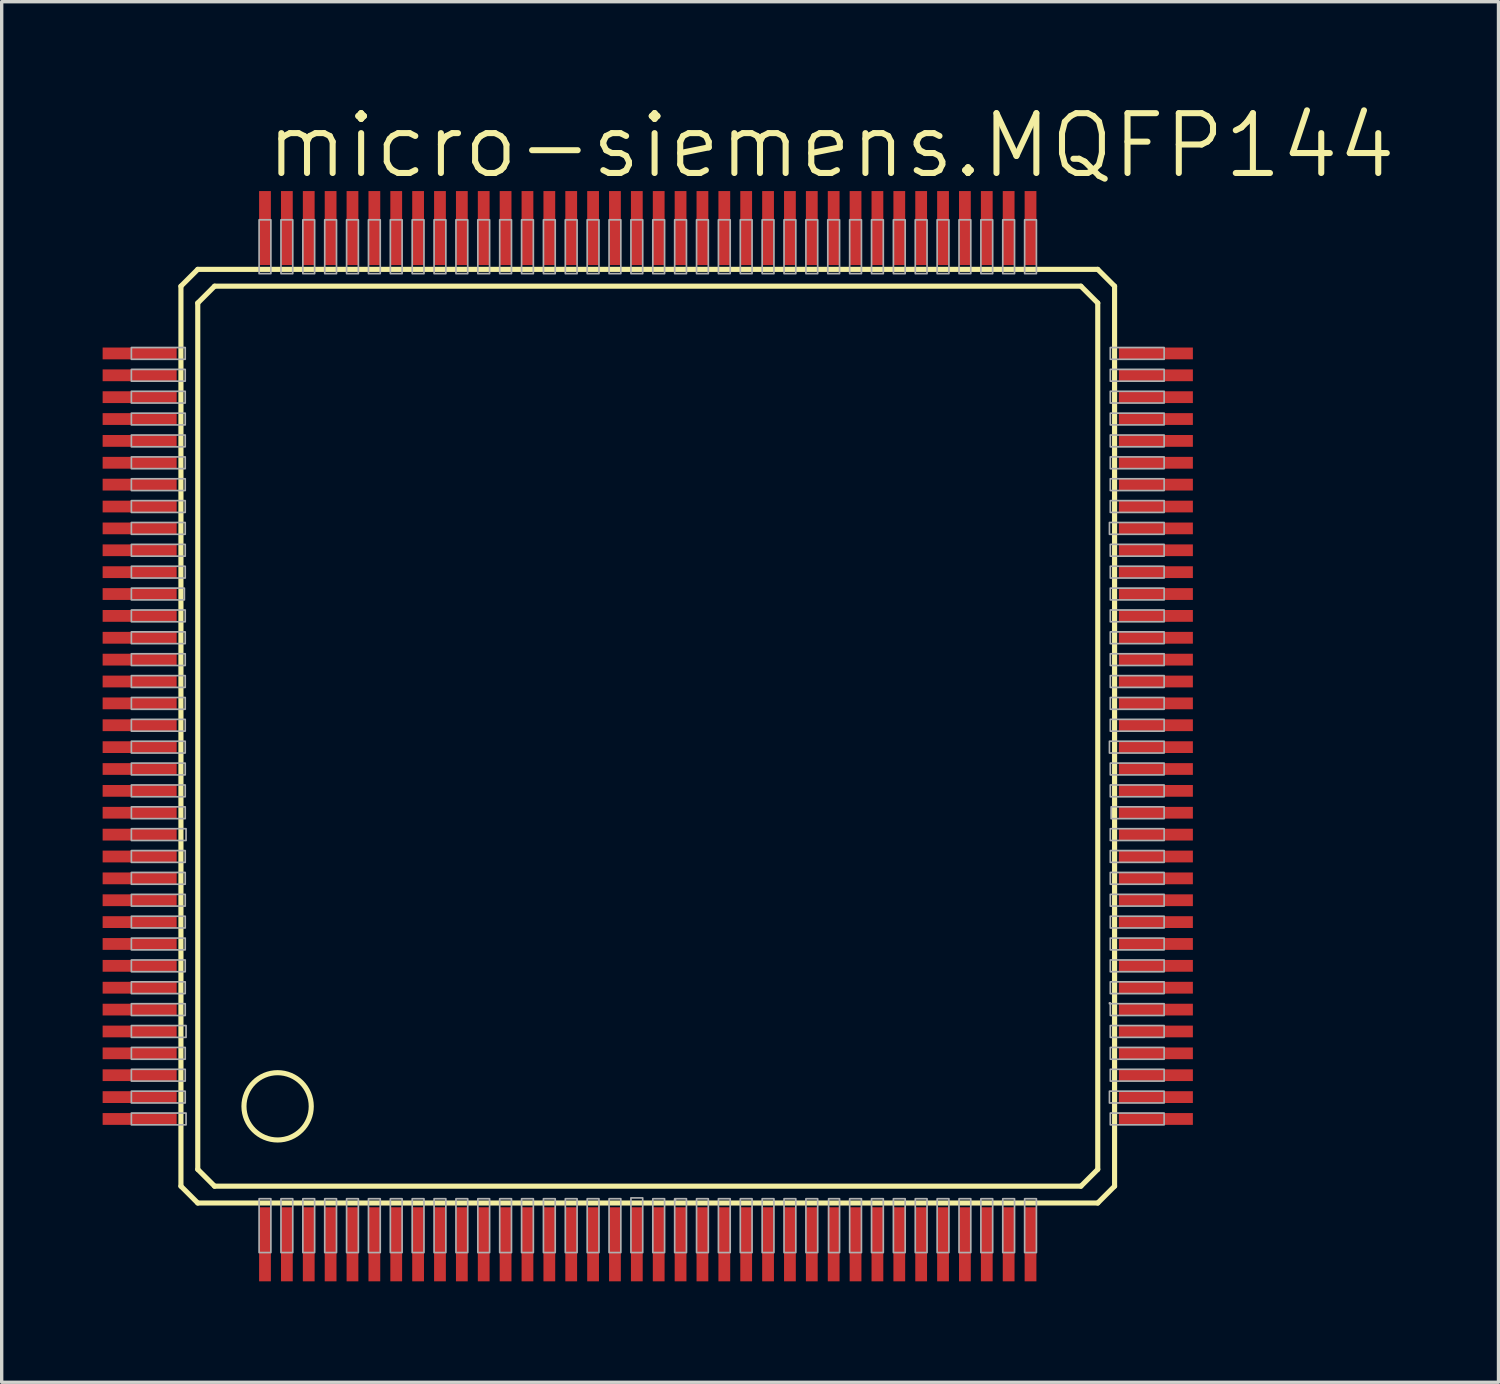
<source format=kicad_pcb>
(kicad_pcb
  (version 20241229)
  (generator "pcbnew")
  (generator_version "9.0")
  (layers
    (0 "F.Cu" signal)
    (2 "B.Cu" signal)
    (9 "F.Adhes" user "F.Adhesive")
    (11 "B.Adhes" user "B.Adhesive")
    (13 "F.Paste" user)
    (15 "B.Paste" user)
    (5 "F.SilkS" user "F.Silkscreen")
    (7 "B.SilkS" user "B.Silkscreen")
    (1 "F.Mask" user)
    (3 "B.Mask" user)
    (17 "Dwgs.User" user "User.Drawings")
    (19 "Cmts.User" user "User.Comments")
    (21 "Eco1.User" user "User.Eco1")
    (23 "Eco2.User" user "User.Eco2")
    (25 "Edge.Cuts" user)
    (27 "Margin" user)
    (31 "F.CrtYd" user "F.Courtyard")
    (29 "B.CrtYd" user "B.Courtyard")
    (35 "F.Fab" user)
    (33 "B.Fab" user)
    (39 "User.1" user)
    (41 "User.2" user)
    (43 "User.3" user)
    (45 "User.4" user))
  (footprint "micro-siemens.MQFP144"
    (layer "F.Cu")
    (at 16.2 18.828)
    (property "Reference" "micro-siemens.MQFP144" (at -11.43 -16.51 0) (layer "F.SilkS") (effects (font (size 1.778 1.778) (thickness 0.18)) (justify left bottom)))
    (attr smd)
    (fp_line (start -13.873 -13.373) (end -13.873 13.373) (stroke (width 0.152) (type default)) (layer "F.SilkS"))
    (fp_line (start -13.873 13.373) (end -13.373 13.873) (stroke (width 0.152) (type default)) (layer "F.SilkS"))
    (fp_line (start -13.373 -13.873) (end -13.873 -13.373) (stroke (width 0.152) (type default)) (layer "F.SilkS"))
    (fp_line (start -13.373 -12.873) (end -12.873 -13.373) (stroke (width 0.152) (type default)) (layer "F.SilkS"))
    (fp_line (start -13.373 12.873) (end -13.373 -12.873) (stroke (width 0.152) (type default)) (layer "F.SilkS"))
    (fp_line (start -13.373 13.873) (end 13.373 13.873) (stroke (width 0.152) (type default)) (layer "F.SilkS"))
    (fp_line (start -12.873 -13.373) (end 12.873 -13.373) (stroke (width 0.152) (type default)) (layer "F.SilkS"))
    (fp_line (start -12.873 13.373) (end -13.373 12.873) (stroke (width 0.152) (type default)) (layer "F.SilkS"))
    (fp_line (start 12.873 -13.373) (end 13.373 -12.873) (stroke (width 0.152) (type default)) (layer "F.SilkS"))
    (fp_line (start 12.873 13.373) (end -12.873 13.373) (stroke (width 0.152) (type default)) (layer "F.SilkS"))
    (fp_line (start 13.373 -13.873) (end -13.373 -13.873) (stroke (width 0.152) (type default)) (layer "F.SilkS"))
    (fp_line (start 13.373 -12.873) (end 13.373 12.873) (stroke (width 0.152) (type default)) (layer "F.SilkS"))
    (fp_line (start 13.373 12.873) (end 12.873 13.373) (stroke (width 0.152) (type default)) (layer "F.SilkS"))
    (fp_line (start 13.373 13.873) (end 13.873 13.373) (stroke (width 0.152) (type default)) (layer "F.SilkS"))
    (fp_line (start 13.873 -13.373) (end 13.373 -13.873) (stroke (width 0.152) (type default)) (layer "F.SilkS"))
    (fp_line (start 13.873 13.373) (end 13.873 -13.373) (stroke (width 0.152) (type default)) (layer "F.SilkS"))
    (fp_circle (center -11 11) (end -10 11) (stroke (width 0.152) (type default)) (fill no) (layer "F.SilkS"))
    (fp_rect (start -15.346 -11.2) (end -13.746 -11.55) (stroke (width 0.05) (type default)) (fill no) (layer "F.Fab"))
    (fp_rect (start -15.346 -10.55) (end -13.746 -10.9) (stroke (width 0.05) (type default)) (fill no) (layer "F.Fab"))
    (fp_rect (start -15.346 -9.9) (end -13.746 -10.25) (stroke (width 0.05) (type default)) (fill no) (layer "F.Fab"))
    (fp_rect (start -15.346 -9.25) (end -13.746 -9.6) (stroke (width 0.05) (type default)) (fill no) (layer "F.Fab"))
    (fp_rect (start -15.346 -8.6) (end -13.746 -8.95) (stroke (width 0.05) (type default)) (fill no) (layer "F.Fab"))
    (fp_rect (start -15.346 -7.95) (end -13.746 -8.3) (stroke (width 0.05) (type default)) (fill no) (layer "F.Fab"))
    (fp_rect (start -15.346 -7.3) (end -13.746 -7.65) (stroke (width 0.05) (type default)) (fill no) (layer "F.Fab"))
    (fp_rect (start -15.346 -6.65) (end -13.746 -7) (stroke (width 0.05) (type default)) (fill no) (layer "F.Fab"))
    (fp_rect (start -15.346 -6) (end -13.746 -6.35) (stroke (width 0.05) (type default)) (fill no) (layer "F.Fab"))
    (fp_rect (start -15.346 -5.35) (end -13.746 -5.7) (stroke (width 0.05) (type default)) (fill no) (layer "F.Fab"))
    (fp_rect (start -15.346 -4.7) (end -13.746 -5.05) (stroke (width 0.05) (type default)) (fill no) (layer "F.Fab"))
    (fp_rect (start -15.346 -4.05) (end -13.771 -4.4) (stroke (width 0.05) (type default)) (fill no) (layer "F.Fab"))
    (fp_rect (start -15.346 -3.4) (end -13.746 -3.75) (stroke (width 0.05) (type default)) (fill no) (layer "F.Fab"))
    (fp_rect (start -15.346 -2.75) (end -13.746 -3.1) (stroke (width 0.05) (type default)) (fill no) (layer "F.Fab"))
    (fp_rect (start -15.346 -2.1) (end -13.746 -2.45) (stroke (width 0.05) (type default)) (fill no) (layer "F.Fab"))
    (fp_rect (start -15.346 -1.45) (end -13.746 -1.8) (stroke (width 0.05) (type default)) (fill no) (layer "F.Fab"))
    (fp_rect (start -15.346 -0.8) (end -13.746 -1.15) (stroke (width 0.05) (type default)) (fill no) (layer "F.Fab"))
    (fp_rect (start -15.346 -0.15) (end -13.746 -0.5) (stroke (width 0.05) (type default)) (fill no) (layer "F.Fab"))
    (fp_rect (start -15.346 0.5) (end -13.746 0.15) (stroke (width 0.05) (type default)) (fill no) (layer "F.Fab"))
    (fp_rect (start -15.346 1.15) (end -13.746 0.8) (stroke (width 0.05) (type default)) (fill no) (layer "F.Fab"))
    (fp_rect (start -15.346 1.8) (end -13.746 1.45) (stroke (width 0.05) (type default)) (fill no) (layer "F.Fab"))
    (fp_rect (start -15.346 2.45) (end -13.746 2.1) (stroke (width 0.05) (type default)) (fill no) (layer "F.Fab"))
    (fp_rect (start -15.346 3.1) (end -13.721 2.75) (stroke (width 0.05) (type default)) (fill no) (layer "F.Fab"))
    (fp_rect (start -15.346 3.75) (end -13.746 3.4) (stroke (width 0.05) (type default)) (fill no) (layer "F.Fab"))
    (fp_rect (start -15.346 4.4) (end -13.746 4.05) (stroke (width 0.05) (type default)) (fill no) (layer "F.Fab"))
    (fp_rect (start -15.346 5.05) (end -13.746 4.7) (stroke (width 0.05) (type default)) (fill no) (layer "F.Fab"))
    (fp_rect (start -15.346 5.7) (end -13.746 5.35) (stroke (width 0.05) (type default)) (fill no) (layer "F.Fab"))
    (fp_rect (start -15.346 6.35) (end -13.746 6) (stroke (width 0.05) (type default)) (fill no) (layer "F.Fab"))
    (fp_rect (start -15.346 7) (end -13.746 6.65) (stroke (width 0.05) (type default)) (fill no) (layer "F.Fab"))
    (fp_rect (start -15.346 7.65) (end -13.746 7.3) (stroke (width 0.05) (type default)) (fill no) (layer "F.Fab"))
    (fp_rect (start -15.346 8.3) (end -13.746 7.95) (stroke (width 0.05) (type default)) (fill no) (layer "F.Fab"))
    (fp_rect (start -15.346 8.95) (end -13.721 8.6) (stroke (width 0.05) (type default)) (fill no) (layer "F.Fab"))
    (fp_rect (start -15.346 9.6) (end -13.746 9.25) (stroke (width 0.05) (type default)) (fill no) (layer "F.Fab"))
    (fp_rect (start -15.346 10.25) (end -13.746 9.9) (stroke (width 0.05) (type default)) (fill no) (layer "F.Fab"))
    (fp_rect (start -15.346 10.9) (end -13.746 10.55) (stroke (width 0.05) (type default)) (fill no) (layer "F.Fab"))
    (fp_rect (start -15.346 11.55) (end -13.721 11.2) (stroke (width 0.05) (type default)) (fill no) (layer "F.Fab"))
    (fp_rect (start -11.55 -13.746) (end -11.2 -15.346) (stroke (width 0.05) (type default)) (fill no) (layer "F.Fab"))
    (fp_rect (start -11.55 15.346) (end -11.2 13.746) (stroke (width 0.05) (type default)) (fill no) (layer "F.Fab"))
    (fp_rect (start -10.9 -13.746) (end -10.55 -15.346) (stroke (width 0.05) (type default)) (fill no) (layer "F.Fab"))
    (fp_rect (start -10.9 15.346) (end -10.55 13.746) (stroke (width 0.05) (type default)) (fill no) (layer "F.Fab"))
    (fp_rect (start -10.25 -13.746) (end -9.9 -15.346) (stroke (width 0.05) (type default)) (fill no) (layer "F.Fab"))
    (fp_rect (start -10.25 15.346) (end -9.9 13.746) (stroke (width 0.05) (type default)) (fill no) (layer "F.Fab"))
    (fp_rect (start -9.6 -13.746) (end -9.25 -15.346) (stroke (width 0.05) (type default)) (fill no) (layer "F.Fab"))
    (fp_rect (start -9.6 15.346) (end -9.25 13.746) (stroke (width 0.05) (type default)) (fill no) (layer "F.Fab"))
    (fp_rect (start -8.95 -13.746) (end -8.6 -15.346) (stroke (width 0.05) (type default)) (fill no) (layer "F.Fab"))
    (fp_rect (start -8.95 15.346) (end -8.6 13.746) (stroke (width 0.05) (type default)) (fill no) (layer "F.Fab"))
    (fp_rect (start -8.3 -13.746) (end -7.95 -15.346) (stroke (width 0.05) (type default)) (fill no) (layer "F.Fab"))
    (fp_rect (start -8.3 15.346) (end -7.95 13.746) (stroke (width 0.05) (type default)) (fill no) (layer "F.Fab"))
    (fp_rect (start -7.65 -13.746) (end -7.3 -15.346) (stroke (width 0.05) (type default)) (fill no) (layer "F.Fab"))
    (fp_rect (start -7.65 15.346) (end -7.3 13.746) (stroke (width 0.05) (type default)) (fill no) (layer "F.Fab"))
    (fp_rect (start -7 -13.746) (end -6.65 -15.346) (stroke (width 0.05) (type default)) (fill no) (layer "F.Fab"))
    (fp_rect (start -7 15.346) (end -6.65 13.746) (stroke (width 0.05) (type default)) (fill no) (layer "F.Fab"))
    (fp_rect (start -6.35 -13.746) (end -6 -15.346) (stroke (width 0.05) (type default)) (fill no) (layer "F.Fab"))
    (fp_rect (start -6.35 15.346) (end -6 13.746) (stroke (width 0.05) (type default)) (fill no) (layer "F.Fab"))
    (fp_rect (start -5.7 -13.746) (end -5.35 -15.346) (stroke (width 0.05) (type default)) (fill no) (layer "F.Fab"))
    (fp_rect (start -5.7 15.346) (end -5.35 13.746) (stroke (width 0.05) (type default)) (fill no) (layer "F.Fab"))
    (fp_rect (start -5.05 -13.746) (end -4.7 -15.346) (stroke (width 0.05) (type default)) (fill no) (layer "F.Fab"))
    (fp_rect (start -5.05 15.346) (end -4.7 13.746) (stroke (width 0.05) (type default)) (fill no) (layer "F.Fab"))
    (fp_rect (start -4.4 -13.746) (end -4.05 -15.346) (stroke (width 0.05) (type default)) (fill no) (layer "F.Fab"))
    (fp_rect (start -4.4 15.346) (end -4.05 13.746) (stroke (width 0.05) (type default)) (fill no) (layer "F.Fab"))
    (fp_rect (start -3.75 -13.746) (end -3.4 -15.346) (stroke (width 0.05) (type default)) (fill no) (layer "F.Fab"))
    (fp_rect (start -3.75 15.346) (end -3.4 13.746) (stroke (width 0.05) (type default)) (fill no) (layer "F.Fab"))
    (fp_rect (start -3.1 -13.746) (end -2.75 -15.346) (stroke (width 0.05) (type default)) (fill no) (layer "F.Fab"))
    (fp_rect (start -3.1 15.346) (end -2.75 13.746) (stroke (width 0.05) (type default)) (fill no) (layer "F.Fab"))
    (fp_rect (start -2.45 -13.746) (end -2.1 -15.346) (stroke (width 0.05) (type default)) (fill no) (layer "F.Fab"))
    (fp_rect (start -2.45 15.346) (end -2.1 13.746) (stroke (width 0.05) (type default)) (fill no) (layer "F.Fab"))
    (fp_rect (start -1.8 -13.746) (end -1.45 -15.346) (stroke (width 0.05) (type default)) (fill no) (layer "F.Fab"))
    (fp_rect (start -1.8 15.346) (end -1.45 13.746) (stroke (width 0.05) (type default)) (fill no) (layer "F.Fab"))
    (fp_rect (start -1.15 -13.746) (end -0.8 -15.346) (stroke (width 0.05) (type default)) (fill no) (layer "F.Fab"))
    (fp_rect (start -1.15 15.346) (end -0.8 13.746) (stroke (width 0.05) (type default)) (fill no) (layer "F.Fab"))
    (fp_rect (start -0.5 -13.746) (end -0.15 -15.346) (stroke (width 0.05) (type default)) (fill no) (layer "F.Fab"))
    (fp_rect (start -0.5 15.346) (end -0.15 13.721) (stroke (width 0.05) (type default)) (fill no) (layer "F.Fab"))
    (fp_rect (start 0.15 -13.746) (end 0.5 -15.346) (stroke (width 0.05) (type default)) (fill no) (layer "F.Fab"))
    (fp_rect (start 0.15 15.346) (end 0.5 13.746) (stroke (width 0.05) (type default)) (fill no) (layer "F.Fab"))
    (fp_rect (start 0.8 -13.746) (end 1.15 -15.346) (stroke (width 0.05) (type default)) (fill no) (layer "F.Fab"))
    (fp_rect (start 0.8 13.796) (end 0.825 13.771) (stroke (width 0.05) (type default)) (fill no) (layer "F.Fab"))
    (fp_rect (start 0.8 15.346) (end 1.15 13.746) (stroke (width 0.05) (type default)) (fill no) (layer "F.Fab"))
    (fp_rect (start 1.45 -13.746) (end 1.8 -15.346) (stroke (width 0.05) (type default)) (fill no) (layer "F.Fab"))
    (fp_rect (start 1.45 15.346) (end 1.8 13.746) (stroke (width 0.05) (type default)) (fill no) (layer "F.Fab"))
    (fp_rect (start 2.1 -13.746) (end 2.45 -15.346) (stroke (width 0.05) (type default)) (fill no) (layer "F.Fab"))
    (fp_rect (start 2.1 15.346) (end 2.45 13.746) (stroke (width 0.05) (type default)) (fill no) (layer "F.Fab"))
    (fp_rect (start 2.75 -13.746) (end 3.1 -15.346) (stroke (width 0.05) (type default)) (fill no) (layer "F.Fab"))
    (fp_rect (start 2.75 15.346) (end 3.1 13.746) (stroke (width 0.05) (type default)) (fill no) (layer "F.Fab"))
    (fp_rect (start 3.4 -13.746) (end 3.75 -15.346) (stroke (width 0.05) (type default)) (fill no) (layer "F.Fab"))
    (fp_rect (start 3.4 15.346) (end 3.75 13.746) (stroke (width 0.05) (type default)) (fill no) (layer "F.Fab"))
    (fp_rect (start 4.05 -13.746) (end 4.4 -15.346) (stroke (width 0.05) (type default)) (fill no) (layer "F.Fab"))
    (fp_rect (start 4.05 15.346) (end 4.4 13.746) (stroke (width 0.05) (type default)) (fill no) (layer "F.Fab"))
    (fp_rect (start 4.7 -13.746) (end 5.05 -15.346) (stroke (width 0.05) (type default)) (fill no) (layer "F.Fab"))
    (fp_rect (start 4.7 15.346) (end 5.05 13.746) (stroke (width 0.05) (type default)) (fill no) (layer "F.Fab"))
    (fp_rect (start 5.35 -13.746) (end 5.7 -15.346) (stroke (width 0.05) (type default)) (fill no) (layer "F.Fab"))
    (fp_rect (start 5.375 15.346) (end 5.7 13.746) (stroke (width 0.05) (type default)) (fill no) (layer "F.Fab"))
    (fp_rect (start 6 -13.746) (end 6.35 -15.346) (stroke (width 0.05) (type default)) (fill no) (layer "F.Fab"))
    (fp_rect (start 6 15.346) (end 6.35 13.746) (stroke (width 0.05) (type default)) (fill no) (layer "F.Fab"))
    (fp_rect (start 6.65 -13.746) (end 7 -15.346) (stroke (width 0.05) (type default)) (fill no) (layer "F.Fab"))
    (fp_rect (start 6.65 15.346) (end 7 13.746) (stroke (width 0.05) (type default)) (fill no) (layer "F.Fab"))
    (fp_rect (start 7.3 -13.746) (end 7.65 -15.346) (stroke (width 0.05) (type default)) (fill no) (layer "F.Fab"))
    (fp_rect (start 7.3 15.346) (end 7.65 13.746) (stroke (width 0.05) (type default)) (fill no) (layer "F.Fab"))
    (fp_rect (start 7.95 -13.746) (end 8.3 -15.346) (stroke (width 0.05) (type default)) (fill no) (layer "F.Fab"))
    (fp_rect (start 7.95 15.346) (end 8.3 13.746) (stroke (width 0.05) (type default)) (fill no) (layer "F.Fab"))
    (fp_rect (start 8.6 -13.746) (end 8.95 -15.346) (stroke (width 0.05) (type default)) (fill no) (layer "F.Fab"))
    (fp_rect (start 8.6 15.346) (end 8.95 13.746) (stroke (width 0.05) (type default)) (fill no) (layer "F.Fab"))
    (fp_rect (start 9.25 -13.746) (end 9.6 -15.346) (stroke (width 0.05) (type default)) (fill no) (layer "F.Fab"))
    (fp_rect (start 9.25 15.346) (end 9.6 13.746) (stroke (width 0.05) (type default)) (fill no) (layer "F.Fab"))
    (fp_rect (start 9.9 -13.746) (end 10.25 -15.346) (stroke (width 0.05) (type default)) (fill no) (layer "F.Fab"))
    (fp_rect (start 9.9 15.346) (end 10.25 13.746) (stroke (width 0.05) (type default)) (fill no) (layer "F.Fab"))
    (fp_rect (start 10.55 -13.746) (end 10.9 -15.346) (stroke (width 0.05) (type default)) (fill no) (layer "F.Fab"))
    (fp_rect (start 10.55 15.346) (end 10.9 13.746) (stroke (width 0.05) (type default)) (fill no) (layer "F.Fab"))
    (fp_rect (start 11.2 -13.746) (end 11.55 -15.346) (stroke (width 0.05) (type default)) (fill no) (layer "F.Fab"))
    (fp_rect (start 11.2 15.346) (end 11.55 13.746) (stroke (width 0.05) (type default)) (fill no) (layer "F.Fab"))
    (fp_rect (start 13.721 -6) (end 15.346 -6.35) (stroke (width 0.05) (type default)) (fill no) (layer "F.Fab"))
    (fp_rect (start 13.721 0.5) (end 15.346 0.15) (stroke (width 0.05) (type default)) (fill no) (layer "F.Fab"))
    (fp_rect (start 13.721 7.95) (end 13.746 7.925) (stroke (width 0.05) (type default)) (fill no) (layer "F.Fab"))
    (fp_rect (start 13.721 10.9) (end 15.346 10.55) (stroke (width 0.05) (type default)) (fill no) (layer "F.Fab"))
    (fp_rect (start 13.746 -11.2) (end 15.346 -11.55) (stroke (width 0.05) (type default)) (fill no) (layer "F.Fab"))
    (fp_rect (start 13.746 -10.55) (end 15.346 -10.9) (stroke (width 0.05) (type default)) (fill no) (layer "F.Fab"))
    (fp_rect (start 13.746 -9.9) (end 15.346 -10.25) (stroke (width 0.05) (type default)) (fill no) (layer "F.Fab"))
    (fp_rect (start 13.746 -9.25) (end 15.346 -9.6) (stroke (width 0.05) (type default)) (fill no) (layer "F.Fab"))
    (fp_rect (start 13.746 -8.6) (end 15.346 -8.95) (stroke (width 0.05) (type default)) (fill no) (layer "F.Fab"))
    (fp_rect (start 13.746 -7.95) (end 15.346 -8.3) (stroke (width 0.05) (type default)) (fill no) (layer "F.Fab"))
    (fp_rect (start 13.746 -7.3) (end 15.346 -7.65) (stroke (width 0.05) (type default)) (fill no) (layer "F.Fab"))
    (fp_rect (start 13.746 -6.65) (end 15.346 -7) (stroke (width 0.05) (type default)) (fill no) (layer "F.Fab"))
    (fp_rect (start 13.746 -5.35) (end 15.346 -5.7) (stroke (width 0.05) (type default)) (fill no) (layer "F.Fab"))
    (fp_rect (start 13.746 -4.7) (end 15.346 -5.05) (stroke (width 0.05) (type default)) (fill no) (layer "F.Fab"))
    (fp_rect (start 13.746 -4.05) (end 15.346 -4.4) (stroke (width 0.05) (type default)) (fill no) (layer "F.Fab"))
    (fp_rect (start 13.746 -3.4) (end 15.346 -3.75) (stroke (width 0.05) (type default)) (fill no) (layer "F.Fab"))
    (fp_rect (start 13.746 -2.75) (end 15.346 -3.1) (stroke (width 0.05) (type default)) (fill no) (layer "F.Fab"))
    (fp_rect (start 13.746 -2.1) (end 15.346 -2.45) (stroke (width 0.05) (type default)) (fill no) (layer "F.Fab"))
    (fp_rect (start 13.746 -1.45) (end 15.346 -1.8) (stroke (width 0.05) (type default)) (fill no) (layer "F.Fab"))
    (fp_rect (start 13.746 -0.8) (end 15.346 -1.15) (stroke (width 0.05) (type default)) (fill no) (layer "F.Fab"))
    (fp_rect (start 13.746 -0.15) (end 15.346 -0.5) (stroke (width 0.05) (type default)) (fill no) (layer "F.Fab"))
    (fp_rect (start 13.746 1.15) (end 15.346 0.8) (stroke (width 0.05) (type default)) (fill no) (layer "F.Fab"))
    (fp_rect (start 13.746 1.8) (end 15.346 1.45) (stroke (width 0.05) (type default)) (fill no) (layer "F.Fab"))
    (fp_rect (start 13.746 3.1) (end 15.346 2.75) (stroke (width 0.05) (type default)) (fill no) (layer "F.Fab"))
    (fp_rect (start 13.746 3.75) (end 15.346 3.4) (stroke (width 0.05) (type default)) (fill no) (layer "F.Fab"))
    (fp_rect (start 13.746 4.4) (end 15.346 4.05) (stroke (width 0.05) (type default)) (fill no) (layer "F.Fab"))
    (fp_rect (start 13.746 5.05) (end 15.346 4.7) (stroke (width 0.05) (type default)) (fill no) (layer "F.Fab"))
    (fp_rect (start 13.746 5.7) (end 15.346 5.35) (stroke (width 0.05) (type default)) (fill no) (layer "F.Fab"))
    (fp_rect (start 13.746 6.35) (end 15.346 6) (stroke (width 0.05) (type default)) (fill no) (layer "F.Fab"))
    (fp_rect (start 13.746 7) (end 15.346 6.65) (stroke (width 0.05) (type default)) (fill no) (layer "F.Fab"))
    (fp_rect (start 13.746 7.65) (end 15.346 7.3) (stroke (width 0.05) (type default)) (fill no) (layer "F.Fab"))
    (fp_rect (start 13.746 8.3) (end 15.346 7.95) (stroke (width 0.05) (type default)) (fill no) (layer "F.Fab"))
    (fp_rect (start 13.746 8.95) (end 15.346 8.6) (stroke (width 0.05) (type default)) (fill no) (layer "F.Fab"))
    (fp_rect (start 13.746 9.6) (end 15.346 9.25) (stroke (width 0.05) (type default)) (fill no) (layer "F.Fab"))
    (fp_rect (start 13.746 10.25) (end 15.346 9.9) (stroke (width 0.05) (type default)) (fill no) (layer "F.Fab"))
    (fp_rect (start 13.746 11.55) (end 15.346 11.2) (stroke (width 0.05) (type default)) (fill no) (layer "F.Fab"))
    (fp_rect (start 13.771 2.45) (end 15.346 2.1) (stroke (width 0.05) (type default)) (fill no) (layer "F.Fab"))
    (pad "1" smd roundrect (at -11.375 15.1) (size 0.35 2.2) (layers "F.Cu" "F.Mask" "F.Paste") (roundrect_rratio 0.01))
    (pad "2" smd roundrect (at -10.725 15.1) (size 0.35 2.2) (layers "F.Cu" "F.Mask" "F.Paste") (roundrect_rratio 0.01))
    (pad "3" smd roundrect (at -10.075 15.1) (size 0.35 2.2) (layers "F.Cu" "F.Mask" "F.Paste") (roundrect_rratio 0.01))
    (pad "4" smd roundrect (at -9.425 15.1) (size 0.35 2.2) (layers "F.Cu" "F.Mask" "F.Paste") (roundrect_rratio 0.01))
    (pad "5" smd roundrect (at -8.775 15.1) (size 0.35 2.2) (layers "F.Cu" "F.Mask" "F.Paste") (roundrect_rratio 0.01))
    (pad "6" smd roundrect (at -8.125 15.1) (size 0.35 2.2) (layers "F.Cu" "F.Mask" "F.Paste") (roundrect_rratio 0.01))
    (pad "7" smd roundrect (at -7.475 15.1) (size 0.35 2.2) (layers "F.Cu" "F.Mask" "F.Paste") (roundrect_rratio 0.01))
    (pad "8" smd roundrect (at -6.825 15.1) (size 0.35 2.2) (layers "F.Cu" "F.Mask" "F.Paste") (roundrect_rratio 0.01))
    (pad "9" smd roundrect (at -6.175 15.1) (size 0.35 2.2) (layers "F.Cu" "F.Mask" "F.Paste") (roundrect_rratio 0.01))
    (pad "10" smd roundrect (at -5.525 15.1) (size 0.35 2.2) (layers "F.Cu" "F.Mask" "F.Paste") (roundrect_rratio 0.01))
    (pad "11" smd roundrect (at -4.875 15.1) (size 0.35 2.2) (layers "F.Cu" "F.Mask" "F.Paste") (roundrect_rratio 0.01))
    (pad "12" smd roundrect (at -4.225 15.1) (size 0.35 2.2) (layers "F.Cu" "F.Mask" "F.Paste") (roundrect_rratio 0.01))
    (pad "13" smd roundrect (at -3.575 15.1) (size 0.35 2.2) (layers "F.Cu" "F.Mask" "F.Paste") (roundrect_rratio 0.01))
    (pad "14" smd roundrect (at -2.925 15.1) (size 0.35 2.2) (layers "F.Cu" "F.Mask" "F.Paste") (roundrect_rratio 0.01))
    (pad "15" smd roundrect (at -2.275 15.1) (size 0.35 2.2) (layers "F.Cu" "F.Mask" "F.Paste") (roundrect_rratio 0.01))
    (pad "16" smd roundrect (at -1.625 15.1) (size 0.35 2.2) (layers "F.Cu" "F.Mask" "F.Paste") (roundrect_rratio 0.01))
    (pad "17" smd roundrect (at -0.975 15.1) (size 0.35 2.2) (layers "F.Cu" "F.Mask" "F.Paste") (roundrect_rratio 0.01))
    (pad "18" smd roundrect (at -0.325 15.1) (size 0.35 2.2) (layers "F.Cu" "F.Mask" "F.Paste") (roundrect_rratio 0.01))
    (pad "19" smd roundrect (at 0.325 15.1) (size 0.35 2.2) (layers "F.Cu" "F.Mask" "F.Paste") (roundrect_rratio 0.01))
    (pad "20" smd roundrect (at 0.975 15.1) (size 0.35 2.2) (layers "F.Cu" "F.Mask" "F.Paste") (roundrect_rratio 0.01))
    (pad "21" smd roundrect (at 1.625 15.1) (size 0.35 2.2) (layers "F.Cu" "F.Mask" "F.Paste") (roundrect_rratio 0.01))
    (pad "22" smd roundrect (at 2.275 15.1) (size 0.35 2.2) (layers "F.Cu" "F.Mask" "F.Paste") (roundrect_rratio 0.01))
    (pad "23" smd roundrect (at 2.925 15.1) (size 0.35 2.2) (layers "F.Cu" "F.Mask" "F.Paste") (roundrect_rratio 0.01))
    (pad "24" smd roundrect (at 3.575 15.1) (size 0.35 2.2) (layers "F.Cu" "F.Mask" "F.Paste") (roundrect_rratio 0.01))
    (pad "25" smd roundrect (at 4.225 15.1) (size 0.35 2.2) (layers "F.Cu" "F.Mask" "F.Paste") (roundrect_rratio 0.01))
    (pad "26" smd roundrect (at 4.875 15.1) (size 0.35 2.2) (layers "F.Cu" "F.Mask" "F.Paste") (roundrect_rratio 0.01))
    (pad "27" smd roundrect (at 5.525 15.1) (size 0.35 2.2) (layers "F.Cu" "F.Mask" "F.Paste") (roundrect_rratio 0.01))
    (pad "28" smd roundrect (at 6.175 15.1) (size 0.35 2.2) (layers "F.Cu" "F.Mask" "F.Paste") (roundrect_rratio 0.01))
    (pad "29" smd roundrect (at 6.825 15.1) (size 0.35 2.2) (layers "F.Cu" "F.Mask" "F.Paste") (roundrect_rratio 0.01))
    (pad "30" smd roundrect (at 7.475 15.1) (size 0.35 2.2) (layers "F.Cu" "F.Mask" "F.Paste") (roundrect_rratio 0.01))
    (pad "31" smd roundrect (at 8.125 15.1) (size 0.35 2.2) (layers "F.Cu" "F.Mask" "F.Paste") (roundrect_rratio 0.01))
    (pad "32" smd roundrect (at 8.775 15.1) (size 0.35 2.2) (layers "F.Cu" "F.Mask" "F.Paste") (roundrect_rratio 0.01))
    (pad "33" smd roundrect (at 9.425 15.1) (size 0.35 2.2) (layers "F.Cu" "F.Mask" "F.Paste") (roundrect_rratio 0.01))
    (pad "34" smd roundrect (at 10.075 15.1) (size 0.35 2.2) (layers "F.Cu" "F.Mask" "F.Paste") (roundrect_rratio 0.01))
    (pad "35" smd roundrect (at 10.725 15.1) (size 0.35 2.2) (layers "F.Cu" "F.Mask" "F.Paste") (roundrect_rratio 0.01))
    (pad "36" smd roundrect (at 11.375 15.1) (size 0.35 2.2) (layers "F.Cu" "F.Mask" "F.Paste") (roundrect_rratio 0.01))
    (pad "37" smd roundrect (at 15.1 11.375) (size 2.2 0.35) (layers "F.Cu" "F.Mask" "F.Paste") (roundrect_rratio 0.01))
    (pad "38" smd roundrect (at 15.1 10.725) (size 2.2 0.35) (layers "F.Cu" "F.Mask" "F.Paste") (roundrect_rratio 0.01))
    (pad "39" smd roundrect (at 15.1 10.075) (size 2.2 0.35) (layers "F.Cu" "F.Mask" "F.Paste") (roundrect_rratio 0.01))
    (pad "40" smd roundrect (at 15.1 9.425) (size 2.2 0.35) (layers "F.Cu" "F.Mask" "F.Paste") (roundrect_rratio 0.01))
    (pad "41" smd roundrect (at 15.1 8.775) (size 2.2 0.35) (layers "F.Cu" "F.Mask" "F.Paste") (roundrect_rratio 0.01))
    (pad "42" smd roundrect (at 15.1 8.125) (size 2.2 0.35) (layers "F.Cu" "F.Mask" "F.Paste") (roundrect_rratio 0.01))
    (pad "43" smd roundrect (at 15.1 7.475) (size 2.2 0.35) (layers "F.Cu" "F.Mask" "F.Paste") (roundrect_rratio 0.01))
    (pad "44" smd roundrect (at 15.1 6.825) (size 2.2 0.35) (layers "F.Cu" "F.Mask" "F.Paste") (roundrect_rratio 0.01))
    (pad "45" smd roundrect (at 15.1 6.175) (size 2.2 0.35) (layers "F.Cu" "F.Mask" "F.Paste") (roundrect_rratio 0.01))
    (pad "46" smd roundrect (at 15.1 5.525) (size 2.2 0.35) (layers "F.Cu" "F.Mask" "F.Paste") (roundrect_rratio 0.01))
    (pad "47" smd roundrect (at 15.1 4.875) (size 2.2 0.35) (layers "F.Cu" "F.Mask" "F.Paste") (roundrect_rratio 0.01))
    (pad "48" smd roundrect (at 15.1 4.225) (size 2.2 0.35) (layers "F.Cu" "F.Mask" "F.Paste") (roundrect_rratio 0.01))
    (pad "49" smd roundrect (at 15.1 3.575) (size 2.2 0.35) (layers "F.Cu" "F.Mask" "F.Paste") (roundrect_rratio 0.01))
    (pad "50" smd roundrect (at 15.1 2.925) (size 2.2 0.35) (layers "F.Cu" "F.Mask" "F.Paste") (roundrect_rratio 0.01))
    (pad "51" smd roundrect (at 15.1 2.275) (size 2.2 0.35) (layers "F.Cu" "F.Mask" "F.Paste") (roundrect_rratio 0.01))
    (pad "52" smd roundrect (at 15.1 1.625) (size 2.2 0.35) (layers "F.Cu" "F.Mask" "F.Paste") (roundrect_rratio 0.01))
    (pad "53" smd roundrect (at 15.1 0.975) (size 2.2 0.35) (layers "F.Cu" "F.Mask" "F.Paste") (roundrect_rratio 0.01))
    (pad "54" smd roundrect (at 15.1 0.325) (size 2.2 0.35) (layers "F.Cu" "F.Mask" "F.Paste") (roundrect_rratio 0.01))
    (pad "55" smd roundrect (at 15.1 -0.325) (size 2.2 0.35) (layers "F.Cu" "F.Mask" "F.Paste") (roundrect_rratio 0.01))
    (pad "56" smd roundrect (at 15.1 -0.975) (size 2.2 0.35) (layers "F.Cu" "F.Mask" "F.Paste") (roundrect_rratio 0.01))
    (pad "57" smd roundrect (at 15.1 -1.625) (size 2.2 0.35) (layers "F.Cu" "F.Mask" "F.Paste") (roundrect_rratio 0.01))
    (pad "58" smd roundrect (at 15.1 -2.275) (size 2.2 0.35) (layers "F.Cu" "F.Mask" "F.Paste") (roundrect_rratio 0.01))
    (pad "59" smd roundrect (at 15.1 -2.925) (size 2.2 0.35) (layers "F.Cu" "F.Mask" "F.Paste") (roundrect_rratio 0.01))
    (pad "60" smd roundrect (at 15.1 -3.575) (size 2.2 0.35) (layers "F.Cu" "F.Mask" "F.Paste") (roundrect_rratio 0.01))
    (pad "61" smd roundrect (at 15.1 -4.225) (size 2.2 0.35) (layers "F.Cu" "F.Mask" "F.Paste") (roundrect_rratio 0.01))
    (pad "62" smd roundrect (at 15.1 -4.875) (size 2.2 0.35) (layers "F.Cu" "F.Mask" "F.Paste") (roundrect_rratio 0.01))
    (pad "63" smd roundrect (at 15.1 -5.525) (size 2.2 0.35) (layers "F.Cu" "F.Mask" "F.Paste") (roundrect_rratio 0.01))
    (pad "64" smd roundrect (at 15.1 -6.175) (size 2.2 0.35) (layers "F.Cu" "F.Mask" "F.Paste") (roundrect_rratio 0.01))
    (pad "65" smd roundrect (at 15.1 -6.825) (size 2.2 0.35) (layers "F.Cu" "F.Mask" "F.Paste") (roundrect_rratio 0.01))
    (pad "66" smd roundrect (at 15.1 -7.475) (size 2.2 0.35) (layers "F.Cu" "F.Mask" "F.Paste") (roundrect_rratio 0.01))
    (pad "67" smd roundrect (at 15.1 -8.125) (size 2.2 0.35) (layers "F.Cu" "F.Mask" "F.Paste") (roundrect_rratio 0.01))
    (pad "68" smd roundrect (at 15.1 -8.775) (size 2.2 0.35) (layers "F.Cu" "F.Mask" "F.Paste") (roundrect_rratio 0.01))
    (pad "69" smd roundrect (at 15.1 -9.425) (size 2.2 0.35) (layers "F.Cu" "F.Mask" "F.Paste") (roundrect_rratio 0.01))
    (pad "70" smd roundrect (at 15.1 -10.075) (size 2.2 0.35) (layers "F.Cu" "F.Mask" "F.Paste") (roundrect_rratio 0.01))
    (pad "71" smd roundrect (at 15.1 -10.725) (size 2.2 0.35) (layers "F.Cu" "F.Mask" "F.Paste") (roundrect_rratio 0.01))
    (pad "72" smd roundrect (at 15.1 -11.375) (size 2.2 0.35) (layers "F.Cu" "F.Mask" "F.Paste") (roundrect_rratio 0.01))
    (pad "73" smd roundrect (at 11.375 -15.1) (size 0.35 2.2) (layers "F.Cu" "F.Mask" "F.Paste") (roundrect_rratio 0.01))
    (pad "74" smd roundrect (at 10.725 -15.1) (size 0.35 2.2) (layers "F.Cu" "F.Mask" "F.Paste") (roundrect_rratio 0.01))
    (pad "75" smd roundrect (at 10.075 -15.1) (size 0.35 2.2) (layers "F.Cu" "F.Mask" "F.Paste") (roundrect_rratio 0.01))
    (pad "76" smd roundrect (at 9.425 -15.1) (size 0.35 2.2) (layers "F.Cu" "F.Mask" "F.Paste") (roundrect_rratio 0.01))
    (pad "77" smd roundrect (at 8.775 -15.1) (size 0.35 2.2) (layers "F.Cu" "F.Mask" "F.Paste") (roundrect_rratio 0.01))
    (pad "78" smd roundrect (at 8.125 -15.1) (size 0.35 2.2) (layers "F.Cu" "F.Mask" "F.Paste") (roundrect_rratio 0.01))
    (pad "79" smd roundrect (at 7.475 -15.1) (size 0.35 2.2) (layers "F.Cu" "F.Mask" "F.Paste") (roundrect_rratio 0.01))
    (pad "80" smd roundrect (at 6.825 -15.1) (size 0.35 2.2) (layers "F.Cu" "F.Mask" "F.Paste") (roundrect_rratio 0.01))
    (pad "81" smd roundrect (at 6.175 -15.1) (size 0.35 2.2) (layers "F.Cu" "F.Mask" "F.Paste") (roundrect_rratio 0.01))
    (pad "82" smd roundrect (at 5.525 -15.1) (size 0.35 2.2) (layers "F.Cu" "F.Mask" "F.Paste") (roundrect_rratio 0.01))
    (pad "83" smd roundrect (at 4.875 -15.1) (size 0.35 2.2) (layers "F.Cu" "F.Mask" "F.Paste") (roundrect_rratio 0.01))
    (pad "84" smd roundrect (at 4.225 -15.1) (size 0.35 2.2) (layers "F.Cu" "F.Mask" "F.Paste") (roundrect_rratio 0.01))
    (pad "85" smd roundrect (at 3.575 -15.1) (size 0.35 2.2) (layers "F.Cu" "F.Mask" "F.Paste") (roundrect_rratio 0.01))
    (pad "86" smd roundrect (at 2.925 -15.1) (size 0.35 2.2) (layers "F.Cu" "F.Mask" "F.Paste") (roundrect_rratio 0.01))
    (pad "87" smd roundrect (at 2.275 -15.1) (size 0.35 2.2) (layers "F.Cu" "F.Mask" "F.Paste") (roundrect_rratio 0.01))
    (pad "88" smd roundrect (at 1.625 -15.1) (size 0.35 2.2) (layers "F.Cu" "F.Mask" "F.Paste") (roundrect_rratio 0.01))
    (pad "89" smd roundrect (at 0.975 -15.1) (size 0.35 2.2) (layers "F.Cu" "F.Mask" "F.Paste") (roundrect_rratio 0.01))
    (pad "90" smd roundrect (at 0.325 -15.1) (size 0.35 2.2) (layers "F.Cu" "F.Mask" "F.Paste") (roundrect_rratio 0.01))
    (pad "91" smd roundrect (at -0.325 -15.1) (size 0.35 2.2) (layers "F.Cu" "F.Mask" "F.Paste") (roundrect_rratio 0.01))
    (pad "92" smd roundrect (at -0.975 -15.1) (size 0.35 2.2) (layers "F.Cu" "F.Mask" "F.Paste") (roundrect_rratio 0.01))
    (pad "93" smd roundrect (at -1.625 -15.1) (size 0.35 2.2) (layers "F.Cu" "F.Mask" "F.Paste") (roundrect_rratio 0.01))
    (pad "94" smd roundrect (at -2.275 -15.1) (size 0.35 2.2) (layers "F.Cu" "F.Mask" "F.Paste") (roundrect_rratio 0.01))
    (pad "95" smd roundrect (at -2.925 -15.1) (size 0.35 2.2) (layers "F.Cu" "F.Mask" "F.Paste") (roundrect_rratio 0.01))
    (pad "96" smd roundrect (at -3.575 -15.1) (size 0.35 2.2) (layers "F.Cu" "F.Mask" "F.Paste") (roundrect_rratio 0.01))
    (pad "97" smd roundrect (at -4.225 -15.1) (size 0.35 2.2) (layers "F.Cu" "F.Mask" "F.Paste") (roundrect_rratio 0.01))
    (pad "98" smd roundrect (at -4.875 -15.1) (size 0.35 2.2) (layers "F.Cu" "F.Mask" "F.Paste") (roundrect_rratio 0.01))
    (pad "99" smd roundrect (at -5.525 -15.1) (size 0.35 2.2) (layers "F.Cu" "F.Mask" "F.Paste") (roundrect_rratio 0.01))
    (pad "100" smd roundrect (at -6.175 -15.1) (size 0.35 2.2) (layers "F.Cu" "F.Mask" "F.Paste") (roundrect_rratio 0.01))
    (pad "101" smd roundrect (at -6.825 -15.1) (size 0.35 2.2) (layers "F.Cu" "F.Mask" "F.Paste") (roundrect_rratio 0.01))
    (pad "102" smd roundrect (at -7.475 -15.1) (size 0.35 2.2) (layers "F.Cu" "F.Mask" "F.Paste") (roundrect_rratio 0.01))
    (pad "103" smd roundrect (at -8.125 -15.1) (size 0.35 2.2) (layers "F.Cu" "F.Mask" "F.Paste") (roundrect_rratio 0.01))
    (pad "104" smd roundrect (at -8.775 -15.1) (size 0.35 2.2) (layers "F.Cu" "F.Mask" "F.Paste") (roundrect_rratio 0.01))
    (pad "105" smd roundrect (at -9.425 -15.1) (size 0.35 2.2) (layers "F.Cu" "F.Mask" "F.Paste") (roundrect_rratio 0.01))
    (pad "106" smd roundrect (at -10.075 -15.1) (size 0.35 2.2) (layers "F.Cu" "F.Mask" "F.Paste") (roundrect_rratio 0.01))
    (pad "107" smd roundrect (at -10.725 -15.1) (size 0.35 2.2) (layers "F.Cu" "F.Mask" "F.Paste") (roundrect_rratio 0.01))
    (pad "108" smd roundrect (at -11.375 -15.1) (size 0.35 2.2) (layers "F.Cu" "F.Mask" "F.Paste") (roundrect_rratio 0.01))
    (pad "109" smd roundrect (at -15.1 -11.375) (size 2.2 0.35) (layers "F.Cu" "F.Mask" "F.Paste") (roundrect_rratio 0.01))
    (pad "110" smd roundrect (at -15.1 -10.725) (size 2.2 0.35) (layers "F.Cu" "F.Mask" "F.Paste") (roundrect_rratio 0.01))
    (pad "111" smd roundrect (at -15.1 -10.075) (size 2.2 0.35) (layers "F.Cu" "F.Mask" "F.Paste") (roundrect_rratio 0.01))
    (pad "112" smd roundrect (at -15.1 -9.425) (size 2.2 0.35) (layers "F.Cu" "F.Mask" "F.Paste") (roundrect_rratio 0.01))
    (pad "113" smd roundrect (at -15.1 -8.775) (size 2.2 0.35) (layers "F.Cu" "F.Mask" "F.Paste") (roundrect_rratio 0.01))
    (pad "114" smd roundrect (at -15.1 -8.125) (size 2.2 0.35) (layers "F.Cu" "F.Mask" "F.Paste") (roundrect_rratio 0.01))
    (pad "115" smd roundrect (at -15.1 -7.475) (size 2.2 0.35) (layers "F.Cu" "F.Mask" "F.Paste") (roundrect_rratio 0.01))
    (pad "116" smd roundrect (at -15.1 -6.825) (size 2.2 0.35) (layers "F.Cu" "F.Mask" "F.Paste") (roundrect_rratio 0.01))
    (pad "117" smd roundrect (at -15.1 -6.175) (size 2.2 0.35) (layers "F.Cu" "F.Mask" "F.Paste") (roundrect_rratio 0.01))
    (pad "118" smd roundrect (at -15.1 -5.525) (size 2.2 0.35) (layers "F.Cu" "F.Mask" "F.Paste") (roundrect_rratio 0.01))
    (pad "119" smd roundrect (at -15.1 -4.875) (size 2.2 0.35) (layers "F.Cu" "F.Mask" "F.Paste") (roundrect_rratio 0.01))
    (pad "120" smd roundrect (at -15.1 -4.225) (size 2.2 0.35) (layers "F.Cu" "F.Mask" "F.Paste") (roundrect_rratio 0.01))
    (pad "121" smd roundrect (at -15.1 -3.575) (size 2.2 0.35) (layers "F.Cu" "F.Mask" "F.Paste") (roundrect_rratio 0.01))
    (pad "122" smd roundrect (at -15.1 -2.925) (size 2.2 0.35) (layers "F.Cu" "F.Mask" "F.Paste") (roundrect_rratio 0.01))
    (pad "123" smd roundrect (at -15.1 -2.275) (size 2.2 0.35) (layers "F.Cu" "F.Mask" "F.Paste") (roundrect_rratio 0.01))
    (pad "124" smd roundrect (at -15.1 -1.625) (size 2.2 0.35) (layers "F.Cu" "F.Mask" "F.Paste") (roundrect_rratio 0.01))
    (pad "125" smd roundrect (at -15.1 -0.975) (size 2.2 0.35) (layers "F.Cu" "F.Mask" "F.Paste") (roundrect_rratio 0.01))
    (pad "126" smd roundrect (at -15.1 -0.325) (size 2.2 0.35) (layers "F.Cu" "F.Mask" "F.Paste") (roundrect_rratio 0.01))
    (pad "127" smd roundrect (at -15.1 0.325) (size 2.2 0.35) (layers "F.Cu" "F.Mask" "F.Paste") (roundrect_rratio 0.01))
    (pad "128" smd roundrect (at -15.1 0.975) (size 2.2 0.35) (layers "F.Cu" "F.Mask" "F.Paste") (roundrect_rratio 0.01))
    (pad "129" smd roundrect (at -15.1 1.625) (size 2.2 0.35) (layers "F.Cu" "F.Mask" "F.Paste") (roundrect_rratio 0.01))
    (pad "130" smd roundrect (at -15.1 2.275) (size 2.2 0.35) (layers "F.Cu" "F.Mask" "F.Paste") (roundrect_rratio 0.01))
    (pad "131" smd roundrect (at -15.1 2.925) (size 2.2 0.35) (layers "F.Cu" "F.Mask" "F.Paste") (roundrect_rratio 0.01))
    (pad "132" smd roundrect (at -15.1 3.575) (size 2.2 0.35) (layers "F.Cu" "F.Mask" "F.Paste") (roundrect_rratio 0.01))
    (pad "133" smd roundrect (at -15.1 4.225) (size 2.2 0.35) (layers "F.Cu" "F.Mask" "F.Paste") (roundrect_rratio 0.01))
    (pad "134" smd roundrect (at -15.1 4.875) (size 2.2 0.35) (layers "F.Cu" "F.Mask" "F.Paste") (roundrect_rratio 0.01))
    (pad "135" smd roundrect (at -15.1 5.525) (size 2.2 0.35) (layers "F.Cu" "F.Mask" "F.Paste") (roundrect_rratio 0.01))
    (pad "136" smd roundrect (at -15.1 6.175) (size 2.2 0.35) (layers "F.Cu" "F.Mask" "F.Paste") (roundrect_rratio 0.01))
    (pad "137" smd roundrect (at -15.1 6.825) (size 2.2 0.35) (layers "F.Cu" "F.Mask" "F.Paste") (roundrect_rratio 0.01))
    (pad "138" smd roundrect (at -15.1 7.475) (size 2.2 0.35) (layers "F.Cu" "F.Mask" "F.Paste") (roundrect_rratio 0.01))
    (pad "139" smd roundrect (at -15.1 8.125) (size 2.2 0.35) (layers "F.Cu" "F.Mask" "F.Paste") (roundrect_rratio 0.01))
    (pad "140" smd roundrect (at -15.1 8.775) (size 2.2 0.35) (layers "F.Cu" "F.Mask" "F.Paste") (roundrect_rratio 0.01))
    (pad "141" smd roundrect (at -15.1 9.425) (size 2.2 0.35) (layers "F.Cu" "F.Mask" "F.Paste") (roundrect_rratio 0.01))
    (pad "142" smd roundrect (at -15.1 10.075) (size 2.2 0.35) (layers "F.Cu" "F.Mask" "F.Paste") (roundrect_rratio 0.01))
    (pad "143" smd roundrect (at -15.1 10.725) (size 2.2 0.35) (layers "F.Cu" "F.Mask" "F.Paste") (roundrect_rratio 0.01))
    (pad "144" smd roundrect (at -15.1 11.375) (size 2.2 0.35) (layers "F.Cu" "F.Mask" "F.Paste") (roundrect_rratio 0.01)))
  (gr_rect
    (start -3 -3)
    (end 41.482 38.028)
    (stroke (width 0.1) (type default))
    (fill no)
    (layer "Edge.Cuts")))
</source>
